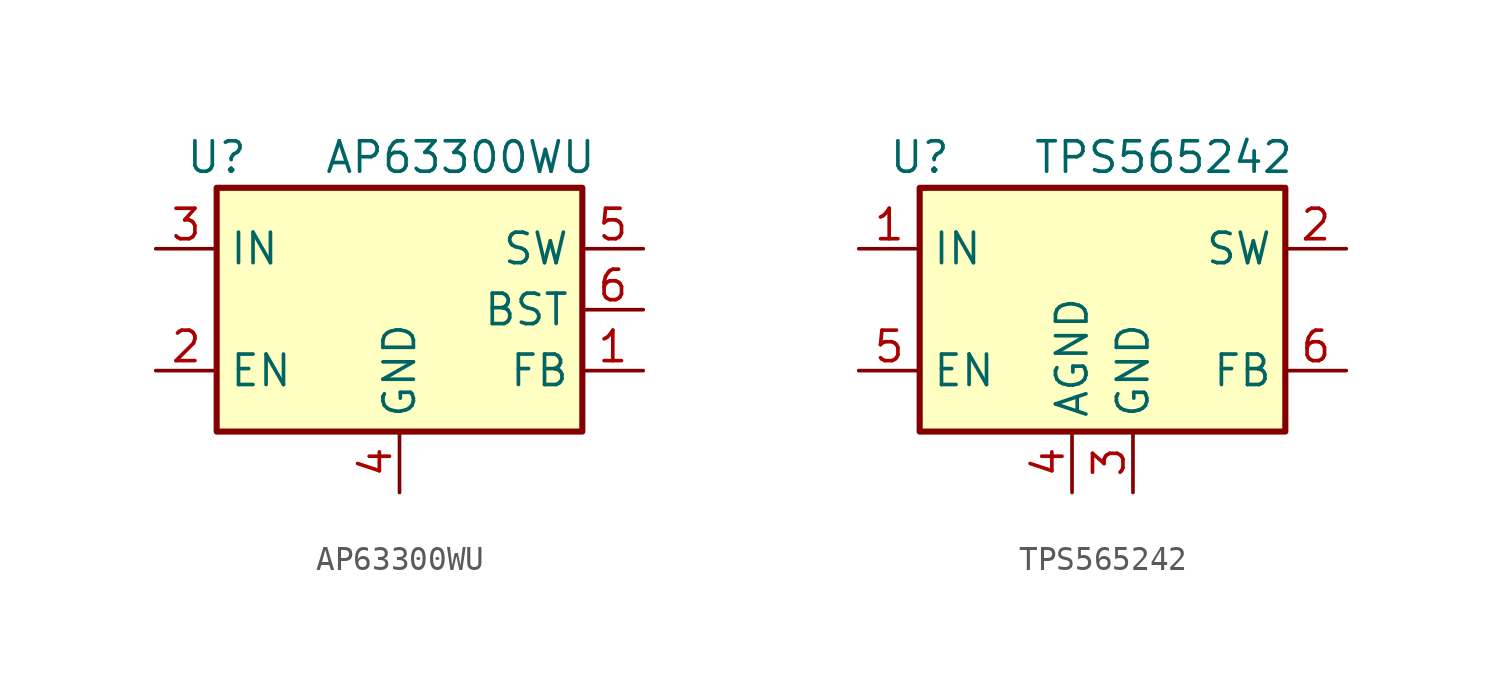
<source format=kicad_sym>
(kicad_symbol_lib
  (version 20220914)
  (generator kicad_symbol_editor)
  (symbol "AP63300WU"
    (property "Reference" "U"
      (at -7.62 6.35 0)
      (effects (font (size 1.27 1.27))))
    (property "Value" "AP63300WU"
      (at 2.54 6.35 0)
      (effects (font (size 1.27 1.27))))
    (symbol "AP63300WU_0_1"
      (rectangle (start -7.62 5.08) (end 7.62 -5.08) (stroke (width 0.254) (type default)) (fill (type background))))
    (symbol "AP63300WU_1_1"
      (pin input line (at 10.16 -2.54 180) (length 2.54) (name "FB" (effects (font (size 1.27 1.27)))) (number "1" (effects (font (size 1.27 1.27)))))
      (pin input line (at -10.16 -2.54 0) (length 2.54) (name "EN" (effects (font (size 1.27 1.27)))) (number "2" (effects (font (size 1.27 1.27)))))
      (pin power_in line (at -10.16 2.54 0) (length 2.54) (name "IN" (effects (font (size 1.27 1.27)))) (number "3" (effects (font (size 1.27 1.27)))))
      (pin power_in line (at 0 -7.62 90) (length 2.54) (name "GND" (effects (font (size 1.27 1.27)))) (number "4" (effects (font (size 1.27 1.27)))))
      (pin output line (at 10.16 2.54 180) (length 2.54) (name "SW" (effects (font (size 1.27 1.27)))) (number "5" (effects (font (size 1.27 1.27)))))
      (pin passive line (at 10.16 0 180) (length 2.54) (name "BST" (effects (font (size 1.27 1.27)))) (number "6" (effects (font (size 1.27 1.27)))))))
  (symbol "TPS565242"
    (property "Reference" "U"
      (at -7.62 6.35 0)
      (effects (font (size 1.27 1.27))))
    (property "Value" "TPS565242"
      (at 2.54 6.35 0)
      (effects (font (size 1.27 1.27))))
    (symbol "TPS565242_0_1"
      (rectangle (start -7.62 5.08) (end 7.62 -5.08) (stroke (width 0.254) (type default)) (fill (type background))))
    (symbol "TPS565242_1_1"
      (pin power_in line (at -10.16 2.54 0) (length 2.54) (name "IN" (effects (font (size 1.27 1.27)))) (number "1" (effects (font (size 1.27 1.27)))))
      (pin output line (at 10.16 2.54 180) (length 2.54) (name "SW" (effects (font (size 1.27 1.27)))) (number "2" (effects (font (size 1.27 1.27)))))
      (pin passive line (at 1.27 -7.62 90) (length 2.54) (name "GND" (effects (font (size 1.27 1.27)))) (number "3" (effects (font (size 1.27 1.27)))))
      (pin power_in line (at -1.27 -7.62 90) (length 2.54) (name "AGND" (effects (font (size 1.27 1.27)))) (number "4" (effects (font (size 1.27 1.27)))))
      (pin input line (at -10.16 -2.54 0) (length 2.54) (name "EN" (effects (font (size 1.27 1.27)))) (number "5" (effects (font (size 1.27 1.27)))))
      (pin input line (at 10.16 -2.54 180) (length 2.54) (name "FB" (effects (font (size 1.27 1.27)))) (number "6" (effects (font (size 1.27 1.27))))))))
</source>
